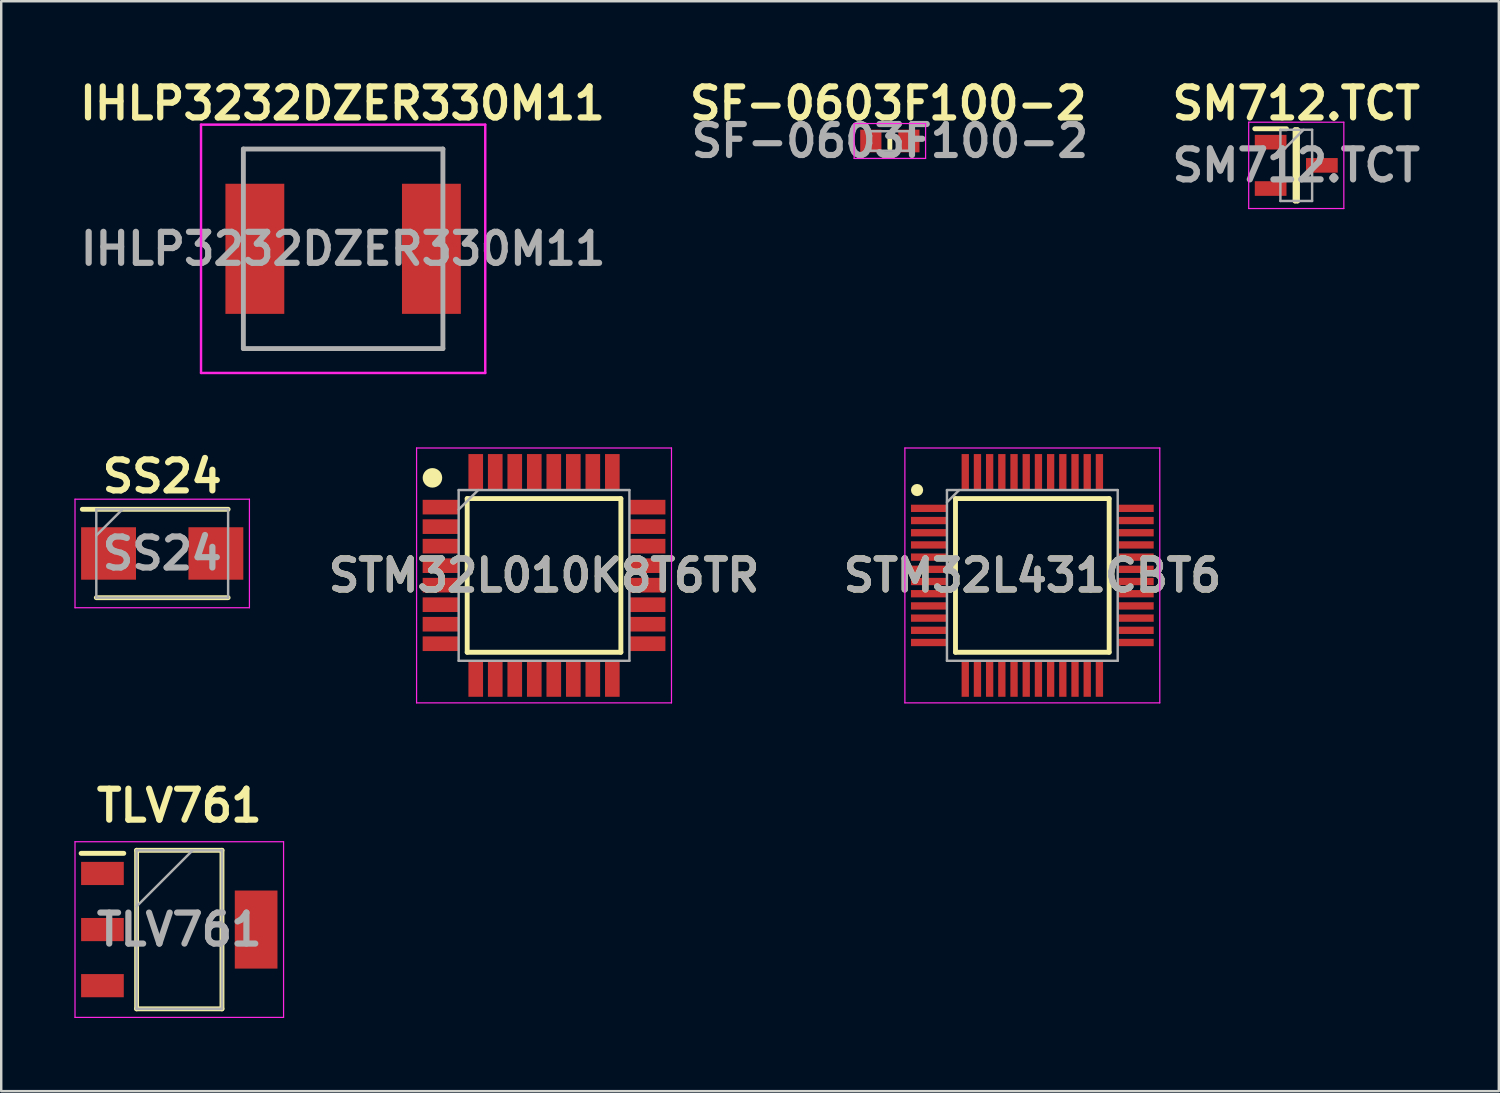
<source format=kicad_pcb>
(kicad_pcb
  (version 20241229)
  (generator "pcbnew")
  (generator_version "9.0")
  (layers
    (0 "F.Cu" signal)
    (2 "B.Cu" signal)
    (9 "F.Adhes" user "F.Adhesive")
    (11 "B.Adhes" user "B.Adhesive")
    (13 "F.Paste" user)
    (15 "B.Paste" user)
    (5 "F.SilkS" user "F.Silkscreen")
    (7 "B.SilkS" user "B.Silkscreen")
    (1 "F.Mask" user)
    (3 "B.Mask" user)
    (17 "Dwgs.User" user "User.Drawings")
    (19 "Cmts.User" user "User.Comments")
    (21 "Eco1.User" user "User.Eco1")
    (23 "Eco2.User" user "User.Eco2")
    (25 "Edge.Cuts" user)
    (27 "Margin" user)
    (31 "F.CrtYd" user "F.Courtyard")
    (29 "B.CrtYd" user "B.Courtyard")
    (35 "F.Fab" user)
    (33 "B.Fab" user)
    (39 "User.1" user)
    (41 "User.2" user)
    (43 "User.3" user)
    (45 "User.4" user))
  (footprint "STM32L431CBT6"
    (layer "F.Cu")
    (at 39.271 20.54)
    (property "Reference" "STM32L431CBT6" (at 0 0 0) (layer "F.SilkS") (effects (font (size 1.27 1.27) (thickness 0.254))))
    (attr smd)
    (fp_line (start -3.15 -3.15) (end 3.15 -3.15) (stroke (width 0.2) (type solid)) (layer "F.SilkS"))
    (fp_line (start -3.15 3.15) (end -3.15 -3.15) (stroke (width 0.2) (type solid)) (layer "F.SilkS"))
    (fp_line (start 3.15 -3.15) (end 3.15 3.15) (stroke (width 0.2) (type solid)) (layer "F.SilkS"))
    (fp_line (start 3.15 3.15) (end -3.15 3.15) (stroke (width 0.2) (type solid)) (layer "F.SilkS"))
    (fp_circle (center -4.725 -3.5) (end -4.725 -3.375) (stroke (width 0.25) (type solid)) (fill no) (layer "F.SilkS"))
    (fp_line (start -5.225 -5.225) (end 5.225 -5.225) (stroke (width 0.05) (type solid)) (layer "F.CrtYd"))
    (fp_line (start -5.225 5.225) (end -5.225 -5.225) (stroke (width 0.05) (type solid)) (layer "F.CrtYd"))
    (fp_line (start 5.225 -5.225) (end 5.225 5.225) (stroke (width 0.05) (type solid)) (layer "F.CrtYd"))
    (fp_line (start 5.225 5.225) (end -5.225 5.225) (stroke (width 0.05) (type solid)) (layer "F.CrtYd"))
    (fp_line (start -3.5 -3.5) (end 3.5 -3.5) (stroke (width 0.1) (type solid)) (layer "F.Fab"))
    (fp_line (start -3.5 -3) (end -3 -3.5) (stroke (width 0.1) (type solid)) (layer "F.Fab"))
    (fp_line (start -3.5 3.5) (end -3.5 -3.5) (stroke (width 0.1) (type solid)) (layer "F.Fab"))
    (fp_line (start 3.5 -3.5) (end 3.5 3.5) (stroke (width 0.1) (type solid)) (layer "F.Fab"))
    (fp_line (start 3.5 3.5) (end -3.5 3.5) (stroke (width 0.1) (type solid)) (layer "F.Fab"))
    (fp_text user "${REFERENCE}" (at 0 0 0) (layer "F.Fab") (effects (font (size 1.27 1.27) (thickness 0.254))))
    (pad "1" smd rect (at -4.238 -2.75 90) (size 0.3 1.475) (layers "F.Cu" "F.Mask" "F.Paste"))
    (pad "2" smd rect (at -4.238 -2.25 90) (size 0.3 1.475) (layers "F.Cu" "F.Mask" "F.Paste"))
    (pad "3" smd rect (at -4.238 -1.75 90) (size 0.3 1.475) (layers "F.Cu" "F.Mask" "F.Paste"))
    (pad "4" smd rect (at -4.238 -1.25 90) (size 0.3 1.475) (layers "F.Cu" "F.Mask" "F.Paste"))
    (pad "5" smd rect (at -4.238 -0.75 90) (size 0.3 1.475) (layers "F.Cu" "F.Mask" "F.Paste"))
    (pad "6" smd rect (at -4.238 -0.25 90) (size 0.3 1.475) (layers "F.Cu" "F.Mask" "F.Paste"))
    (pad "7" smd rect (at -4.238 0.25 90) (size 0.3 1.475) (layers "F.Cu" "F.Mask" "F.Paste"))
    (pad "8" smd rect (at -4.238 0.75 90) (size 0.3 1.475) (layers "F.Cu" "F.Mask" "F.Paste"))
    (pad "9" smd rect (at -4.238 1.25 90) (size 0.3 1.475) (layers "F.Cu" "F.Mask" "F.Paste"))
    (pad "10" smd rect (at -4.238 1.75 90) (size 0.3 1.475) (layers "F.Cu" "F.Mask" "F.Paste"))
    (pad "11" smd rect (at -4.238 2.25 90) (size 0.3 1.475) (layers "F.Cu" "F.Mask" "F.Paste"))
    (pad "12" smd rect (at -4.238 2.75 90) (size 0.3 1.475) (layers "F.Cu" "F.Mask" "F.Paste"))
    (pad "13" smd rect (at -2.75 4.238) (size 0.3 1.475) (layers "F.Cu" "F.Mask" "F.Paste"))
    (pad "14" smd rect (at -2.25 4.238) (size 0.3 1.475) (layers "F.Cu" "F.Mask" "F.Paste"))
    (pad "15" smd rect (at -1.75 4.238) (size 0.3 1.475) (layers "F.Cu" "F.Mask" "F.Paste"))
    (pad "16" smd rect (at -1.25 4.238) (size 0.3 1.475) (layers "F.Cu" "F.Mask" "F.Paste"))
    (pad "17" smd rect (at -0.75 4.238) (size 0.3 1.475) (layers "F.Cu" "F.Mask" "F.Paste"))
    (pad "18" smd rect (at -0.25 4.238) (size 0.3 1.475) (layers "F.Cu" "F.Mask" "F.Paste"))
    (pad "19" smd rect (at 0.25 4.238) (size 0.3 1.475) (layers "F.Cu" "F.Mask" "F.Paste"))
    (pad "20" smd rect (at 0.75 4.238) (size 0.3 1.475) (layers "F.Cu" "F.Mask" "F.Paste"))
    (pad "21" smd rect (at 1.25 4.238) (size 0.3 1.475) (layers "F.Cu" "F.Mask" "F.Paste"))
    (pad "22" smd rect (at 1.75 4.238) (size 0.3 1.475) (layers "F.Cu" "F.Mask" "F.Paste"))
    (pad "23" smd rect (at 2.25 4.238) (size 0.3 1.475) (layers "F.Cu" "F.Mask" "F.Paste"))
    (pad "24" smd rect (at 2.75 4.238) (size 0.3 1.475) (layers "F.Cu" "F.Mask" "F.Paste"))
    (pad "25" smd rect (at 4.238 2.75 90) (size 0.3 1.475) (layers "F.Cu" "F.Mask" "F.Paste"))
    (pad "26" smd rect (at 4.238 2.25 90) (size 0.3 1.475) (layers "F.Cu" "F.Mask" "F.Paste"))
    (pad "27" smd rect (at 4.238 1.75 90) (size 0.3 1.475) (layers "F.Cu" "F.Mask" "F.Paste"))
    (pad "28" smd rect (at 4.238 1.25 90) (size 0.3 1.475) (layers "F.Cu" "F.Mask" "F.Paste"))
    (pad "29" smd rect (at 4.238 0.75 90) (size 0.3 1.475) (layers "F.Cu" "F.Mask" "F.Paste"))
    (pad "30" smd rect (at 4.238 0.25 90) (size 0.3 1.475) (layers "F.Cu" "F.Mask" "F.Paste"))
    (pad "31" smd rect (at 4.238 -0.25 90) (size 0.3 1.475) (layers "F.Cu" "F.Mask" "F.Paste"))
    (pad "32" smd rect (at 4.238 -0.75 90) (size 0.3 1.475) (layers "F.Cu" "F.Mask" "F.Paste"))
    (pad "33" smd rect (at 4.238 -1.25 90) (size 0.3 1.475) (layers "F.Cu" "F.Mask" "F.Paste"))
    (pad "34" smd rect (at 4.238 -1.75 90) (size 0.3 1.475) (layers "F.Cu" "F.Mask" "F.Paste"))
    (pad "35" smd rect (at 4.238 -2.25 90) (size 0.3 1.475) (layers "F.Cu" "F.Mask" "F.Paste"))
    (pad "36" smd rect (at 4.238 -2.75 90) (size 0.3 1.475) (layers "F.Cu" "F.Mask" "F.Paste"))
    (pad "37" smd rect (at 2.75 -4.238) (size 0.3 1.475) (layers "F.Cu" "F.Mask" "F.Paste"))
    (pad "38" smd rect (at 2.25 -4.238) (size 0.3 1.475) (layers "F.Cu" "F.Mask" "F.Paste"))
    (pad "39" smd rect (at 1.75 -4.238) (size 0.3 1.475) (layers "F.Cu" "F.Mask" "F.Paste"))
    (pad "40" smd rect (at 1.25 -4.238) (size 0.3 1.475) (layers "F.Cu" "F.Mask" "F.Paste"))
    (pad "41" smd rect (at 0.75 -4.238) (size 0.3 1.475) (layers "F.Cu" "F.Mask" "F.Paste"))
    (pad "42" smd rect (at 0.25 -4.238) (size 0.3 1.475) (layers "F.Cu" "F.Mask" "F.Paste"))
    (pad "43" smd rect (at -0.25 -4.238) (size 0.3 1.475) (layers "F.Cu" "F.Mask" "F.Paste"))
    (pad "44" smd rect (at -0.75 -4.238) (size 0.3 1.475) (layers "F.Cu" "F.Mask" "F.Paste"))
    (pad "45" smd rect (at -1.25 -4.238) (size 0.3 1.475) (layers "F.Cu" "F.Mask" "F.Paste"))
    (pad "46" smd rect (at -1.75 -4.238) (size 0.3 1.475) (layers "F.Cu" "F.Mask" "F.Paste"))
    (pad "47" smd rect (at -2.25 -4.238) (size 0.3 1.475) (layers "F.Cu" "F.Mask" "F.Paste"))
    (pad "48" smd rect (at -2.75 -4.238) (size 0.3 1.475) (layers "F.Cu" "F.Mask" "F.Paste")))
  (footprint "TLV761"
    (layer "F.Cu")
    (at 4.3 35.058)
    (property "Reference" "TLV761" (at 0 -5.08 0) (layer "F.SilkS") (effects (font (size 1.27 1.27) (thickness 0.254))))
    (attr smd)
    (fp_line (start -4.025 -3.125) (end -2.275 -3.125) (stroke (width 0.2) (type solid)) (layer "F.SilkS"))
    (fp_line (start -1.75 -3.25) (end 1.75 -3.25) (stroke (width 0.2) (type solid)) (layer "F.SilkS"))
    (fp_line (start -1.75 3.25) (end -1.75 -3.25) (stroke (width 0.2) (type solid)) (layer "F.SilkS"))
    (fp_line (start 1.75 -3.25) (end 1.75 3.25) (stroke (width 0.2) (type solid)) (layer "F.SilkS"))
    (fp_line (start 1.75 3.25) (end -1.75 3.25) (stroke (width 0.2) (type solid)) (layer "F.SilkS"))
    (fp_line (start -4.275 -3.6) (end 4.275 -3.6) (stroke (width 0.05) (type solid)) (layer "F.CrtYd"))
    (fp_line (start -4.275 3.6) (end -4.275 -3.6) (stroke (width 0.05) (type solid)) (layer "F.CrtYd"))
    (fp_line (start 4.275 -3.6) (end 4.275 3.6) (stroke (width 0.05) (type solid)) (layer "F.CrtYd"))
    (fp_line (start 4.275 3.6) (end -4.275 3.6) (stroke (width 0.05) (type solid)) (layer "F.CrtYd"))
    (fp_line (start -1.75 -3.25) (end 1.75 -3.25) (stroke (width 0.1) (type solid)) (layer "F.Fab"))
    (fp_line (start -1.75 -0.95) (end 0.55 -3.25) (stroke (width 0.1) (type solid)) (layer "F.Fab"))
    (fp_line (start -1.75 3.25) (end -1.75 -3.25) (stroke (width 0.1) (type solid)) (layer "F.Fab"))
    (fp_line (start 1.75 -3.25) (end 1.75 3.25) (stroke (width 0.1) (type solid)) (layer "F.Fab"))
    (fp_line (start 1.75 3.25) (end -1.75 3.25) (stroke (width 0.1) (type solid)) (layer "F.Fab"))
    (fp_text user "${REFERENCE}" (at 0 0 0) (layer "F.Fab") (effects (font (size 1.27 1.27) (thickness 0.254))))
    (pad "1" smd rect (at -3.15 -2.3 90) (size 0.95 1.75) (layers "F.Cu" "F.Mask" "F.Paste"))
    (pad "2" smd rect (at -3.15 0 90) (size 0.95 1.75) (layers "F.Cu" "F.Mask" "F.Paste"))
    (pad "3" smd rect (at -3.15 2.3 90) (size 0.95 1.75) (layers "F.Cu" "F.Mask" "F.Paste"))
    (pad "4" smd rect (at 3.15 0) (size 1.75 3.2) (layers "F.Cu" "F.Mask" "F.Paste")))
  (footprint "SS24"
    (layer "F.Cu")
    (at 3.6 19.64)
    (property "Reference" "SS24" (at 0 -3.161 0) (layer "F.SilkS") (effects (font (size 1.27 1.27) (thickness 0.254))))
    (attr smd)
    (fp_line (start -2.702 1.812) (end 2.702 1.812) (stroke (width 0.2) (type solid)) (layer "F.SilkS"))
    (fp_line (start 2.702 -1.812) (end -3.275 -1.812) (stroke (width 0.2) (type solid)) (layer "F.SilkS"))
    (fp_line (start -3.575 -2.225) (end 3.575 -2.225) (stroke (width 0.05) (type solid)) (layer "F.CrtYd"))
    (fp_line (start -3.575 2.225) (end -3.575 -2.225) (stroke (width 0.05) (type solid)) (layer "F.CrtYd"))
    (fp_line (start 3.575 -2.225) (end 3.575 2.225) (stroke (width 0.05) (type solid)) (layer "F.CrtYd"))
    (fp_line (start 3.575 2.225) (end -3.575 2.225) (stroke (width 0.05) (type solid)) (layer "F.CrtYd"))
    (fp_line (start -2.702 -1.812) (end 2.702 -1.812) (stroke (width 0.1) (type solid)) (layer "F.Fab"))
    (fp_line (start -2.702 -0.738) (end -1.628 -1.812) (stroke (width 0.1) (type solid)) (layer "F.Fab"))
    (fp_line (start -2.702 1.812) (end -2.702 -1.812) (stroke (width 0.1) (type solid)) (layer "F.Fab"))
    (fp_line (start 2.702 -1.812) (end 2.702 1.812) (stroke (width 0.1) (type solid)) (layer "F.Fab"))
    (fp_line (start 2.702 1.812) (end -2.702 1.812) (stroke (width 0.1) (type solid)) (layer "F.Fab"))
    (fp_text user "${REFERENCE}" (at 0 0 0) (layer "F.Fab") (effects (font (size 1.27 1.27) (thickness 0.254))))
    (pad "1" smd rect (at -2.2 0 90) (size 2.15 2.25) (layers "F.Cu" "F.Mask" "F.Paste"))
    (pad "2" smd rect (at 2.2 0 90) (size 2.15 2.25) (layers "F.Cu" "F.Mask" "F.Paste")))
  (footprint "IHLP3232DZER330M11"
    (layer "F.Cu")
    (at 11.017 7.15)
    (property "Reference" "IHLP3232DZER330M11" (at -0.028 -5.961 0) (layer "F.SilkS") (effects (font (size 1.27 1.27) (thickness 0.254))))
    (attr smd)
    (fp_line (start -4.09 -4.09) (end 4.09 -4.09) (stroke (width 0.1) (type solid)) (layer "F.SilkS"))
    (fp_line (start -4.09 -3) (end -4.09 -4.09) (stroke (width 0.1) (type solid)) (layer "F.SilkS"))
    (fp_line (start -4.09 3) (end -4.09 4.09) (stroke (width 0.1) (type solid)) (layer "F.SilkS"))
    (fp_line (start -4.09 4.09) (end 4.09 4.09) (stroke (width 0.1) (type solid)) (layer "F.SilkS"))
    (fp_line (start 4.09 -4.09) (end 4.09 -3) (stroke (width 0.1) (type solid)) (layer "F.SilkS"))
    (fp_line (start 4.09 4.09) (end 4.09 3) (stroke (width 0.1) (type solid)) (layer "F.SilkS"))
    (fp_line (start -5.826 -5.09) (end 5.826 -5.09) (stroke (width 0.1) (type solid)) (layer "F.CrtYd"))
    (fp_line (start -5.826 5.09) (end -5.826 -5.09) (stroke (width 0.1) (type solid)) (layer "F.CrtYd"))
    (fp_line (start 5.826 -5.09) (end 5.826 5.09) (stroke (width 0.1) (type solid)) (layer "F.CrtYd"))
    (fp_line (start 5.826 5.09) (end -5.826 5.09) (stroke (width 0.1) (type solid)) (layer "F.CrtYd"))
    (fp_line (start -4.09 -4.09) (end 4.09 -4.09) (stroke (width 0.2) (type solid)) (layer "F.Fab"))
    (fp_line (start -4.09 4.09) (end -4.09 -4.09) (stroke (width 0.2) (type solid)) (layer "F.Fab"))
    (fp_line (start 4.09 -4.09) (end 4.09 4.09) (stroke (width 0.2) (type solid)) (layer "F.Fab"))
    (fp_line (start 4.09 4.09) (end -4.09 4.09) (stroke (width 0.2) (type solid)) (layer "F.Fab"))
    (fp_text user "${REFERENCE}" (at 0 0 0) (layer "F.Fab") (effects (font (size 1.27 1.27) (thickness 0.254))))
    (pad "1" smd rect (at -3.619 0) (size 2.413 5.334) (layers "F.Cu" "F.Mask" "F.Paste"))
    (pad "2" smd rect (at 3.619 0) (size 2.413 5.334) (layers "F.Cu" "F.Mask" "F.Paste")))
  (footprint "STM32L010K8T6TR"
    (layer "F.Cu")
    (at 19.253 20.54)
    (property "Reference" "STM32L010K8T6TR" (at 0 0 0) (layer "F.SilkS") (effects (font (size 1.27 1.27) (thickness 0.254))))
    (attr smd)
    (fp_line (start -3.15 -3.15) (end 3.15 -3.15) (stroke (width 0.2) (type solid)) (layer "F.SilkS"))
    (fp_line (start -3.15 3.15) (end -3.15 -3.15) (stroke (width 0.2) (type solid)) (layer "F.SilkS"))
    (fp_line (start 3.15 -3.15) (end 3.15 3.15) (stroke (width 0.2) (type solid)) (layer "F.SilkS"))
    (fp_line (start 3.15 3.15) (end -3.15 3.15) (stroke (width 0.2) (type solid)) (layer "F.SilkS"))
    (fp_circle (center -4.575 -4) (end -4.575 -3.8) (stroke (width 0.4) (type solid)) (fill no) (layer "F.SilkS"))
    (fp_line (start -5.225 -5.225) (end 5.225 -5.225) (stroke (width 0.05) (type solid)) (layer "F.CrtYd"))
    (fp_line (start -5.225 5.225) (end -5.225 -5.225) (stroke (width 0.05) (type solid)) (layer "F.CrtYd"))
    (fp_line (start 5.225 -5.225) (end 5.225 5.225) (stroke (width 0.05) (type solid)) (layer "F.CrtYd"))
    (fp_line (start 5.225 5.225) (end -5.225 5.225) (stroke (width 0.05) (type solid)) (layer "F.CrtYd"))
    (fp_line (start -3.5 -3.5) (end 3.5 -3.5) (stroke (width 0.1) (type solid)) (layer "F.Fab"))
    (fp_line (start -3.5 -2.7) (end -2.7 -3.5) (stroke (width 0.1) (type solid)) (layer "F.Fab"))
    (fp_line (start -3.5 3.5) (end -3.5 -3.5) (stroke (width 0.1) (type solid)) (layer "F.Fab"))
    (fp_line (start 3.5 -3.5) (end 3.5 3.5) (stroke (width 0.1) (type solid)) (layer "F.Fab"))
    (fp_line (start 3.5 3.5) (end -3.5 3.5) (stroke (width 0.1) (type solid)) (layer "F.Fab"))
    (fp_text user "${REFERENCE}" (at 0 0 0) (layer "F.Fab") (effects (font (size 1.27 1.27) (thickness 0.254))))
    (pad "1" smd rect (at -4.238 -2.8 90) (size 0.6 1.475) (layers "F.Cu" "F.Mask" "F.Paste"))
    (pad "2" smd rect (at -4.238 -2 90) (size 0.6 1.475) (layers "F.Cu" "F.Mask" "F.Paste"))
    (pad "3" smd rect (at -4.238 -1.2 90) (size 0.6 1.475) (layers "F.Cu" "F.Mask" "F.Paste"))
    (pad "4" smd rect (at -4.238 -0.4 90) (size 0.6 1.475) (layers "F.Cu" "F.Mask" "F.Paste"))
    (pad "5" smd rect (at -4.238 0.4 90) (size 0.6 1.475) (layers "F.Cu" "F.Mask" "F.Paste"))
    (pad "6" smd rect (at -4.238 1.2 90) (size 0.6 1.475) (layers "F.Cu" "F.Mask" "F.Paste"))
    (pad "7" smd rect (at -4.238 2 90) (size 0.6 1.475) (layers "F.Cu" "F.Mask" "F.Paste"))
    (pad "8" smd rect (at -4.238 2.8 90) (size 0.6 1.475) (layers "F.Cu" "F.Mask" "F.Paste"))
    (pad "9" smd rect (at -2.8 4.238) (size 0.6 1.475) (layers "F.Cu" "F.Mask" "F.Paste"))
    (pad "10" smd rect (at -2 4.238) (size 0.6 1.475) (layers "F.Cu" "F.Mask" "F.Paste"))
    (pad "11" smd rect (at -1.2 4.238) (size 0.6 1.475) (layers "F.Cu" "F.Mask" "F.Paste"))
    (pad "12" smd rect (at -0.4 4.238) (size 0.6 1.475) (layers "F.Cu" "F.Mask" "F.Paste"))
    (pad "13" smd rect (at 0.4 4.238) (size 0.6 1.475) (layers "F.Cu" "F.Mask" "F.Paste"))
    (pad "14" smd rect (at 1.2 4.238) (size 0.6 1.475) (layers "F.Cu" "F.Mask" "F.Paste"))
    (pad "15" smd rect (at 2 4.238) (size 0.6 1.475) (layers "F.Cu" "F.Mask" "F.Paste"))
    (pad "16" smd rect (at 2.8 4.238) (size 0.6 1.475) (layers "F.Cu" "F.Mask" "F.Paste"))
    (pad "17" smd rect (at 4.238 2.8 90) (size 0.6 1.475) (layers "F.Cu" "F.Mask" "F.Paste"))
    (pad "18" smd rect (at 4.238 2 90) (size 0.6 1.475) (layers "F.Cu" "F.Mask" "F.Paste"))
    (pad "19" smd rect (at 4.238 1.2 90) (size 0.6 1.475) (layers "F.Cu" "F.Mask" "F.Paste"))
    (pad "20" smd rect (at 4.238 0.4 90) (size 0.6 1.475) (layers "F.Cu" "F.Mask" "F.Paste"))
    (pad "21" smd rect (at 4.238 -0.4 90) (size 0.6 1.475) (layers "F.Cu" "F.Mask" "F.Paste"))
    (pad "22" smd rect (at 4.238 -1.2 90) (size 0.6 1.475) (layers "F.Cu" "F.Mask" "F.Paste"))
    (pad "23" smd rect (at 4.238 -2 90) (size 0.6 1.475) (layers "F.Cu" "F.Mask" "F.Paste"))
    (pad "24" smd rect (at 4.238 -2.8 90) (size 0.6 1.475) (layers "F.Cu" "F.Mask" "F.Paste"))
    (pad "25" smd rect (at 2.8 -4.238) (size 0.6 1.475) (layers "F.Cu" "F.Mask" "F.Paste"))
    (pad "26" smd rect (at 2 -4.238) (size 0.6 1.475) (layers "F.Cu" "F.Mask" "F.Paste"))
    (pad "27" smd rect (at 1.2 -4.238) (size 0.6 1.475) (layers "F.Cu" "F.Mask" "F.Paste"))
    (pad "28" smd rect (at 0.4 -4.238) (size 0.6 1.475) (layers "F.Cu" "F.Mask" "F.Paste"))
    (pad "29" smd rect (at -0.4 -4.238) (size 0.6 1.475) (layers "F.Cu" "F.Mask" "F.Paste"))
    (pad "30" smd rect (at -1.2 -4.238) (size 0.6 1.475) (layers "F.Cu" "F.Mask" "F.Paste"))
    (pad "31" smd rect (at -2 -4.238) (size 0.6 1.475) (layers "F.Cu" "F.Mask" "F.Paste"))
    (pad "32" smd rect (at -2.8 -4.238) (size 0.6 1.475) (layers "F.Cu" "F.Mask" "F.Paste")))
  (footprint "SF-0603F100-2"
    (layer "F.Cu")
    (at 33.43 2.73)
    (property "Reference" "SF-0603F100-2" (at -0.066 -1.541 0) (layer "F.SilkS") (effects (font (size 1.27 1.27) (thickness 0.254))))
    (attr smd)
    (fp_line (start 0 -0.3) (end 0 0.3) (stroke (width 0.2) (type solid)) (layer "F.SilkS"))
    (fp_line (start -1.465 -0.715) (end 1.465 -0.715) (stroke (width 0.05) (type solid)) (layer "F.CrtYd"))
    (fp_line (start -1.465 0.715) (end -1.465 -0.715) (stroke (width 0.05) (type solid)) (layer "F.CrtYd"))
    (fp_line (start 1.465 -0.715) (end 1.465 0.715) (stroke (width 0.05) (type solid)) (layer "F.CrtYd"))
    (fp_line (start 1.465 0.715) (end -1.465 0.715) (stroke (width 0.05) (type solid)) (layer "F.CrtYd"))
    (fp_line (start -0.8 -0.4) (end 0.8 -0.4) (stroke (width 0.1) (type solid)) (layer "F.Fab"))
    (fp_line (start -0.8 0.4) (end -0.8 -0.4) (stroke (width 0.1) (type solid)) (layer "F.Fab"))
    (fp_line (start 0.8 -0.4) (end 0.8 0.4) (stroke (width 0.1) (type solid)) (layer "F.Fab"))
    (fp_line (start 0.8 0.4) (end -0.8 0.4) (stroke (width 0.1) (type solid)) (layer "F.Fab"))
    (fp_text user "${REFERENCE}" (at 0 0 0) (layer "F.Fab") (effects (font (size 1.27 1.27) (thickness 0.254))))
    (pad "1" smd rect (at -0.78 0) (size 0.87 0.93) (layers "F.Cu" "F.Mask" "F.Paste"))
    (pad "2" smd rect (at 0.78 0) (size 0.87 0.93) (layers "F.Cu" "F.Mask" "F.Paste")))
  (footprint "SM712.TCT"
    (layer "F.Cu")
    (at 50.091 3.729)
    (property "Reference" "SM712.TCT" (at 0 -2.54 0) (layer "F.SilkS") (effects (font (size 1.27 1.27) (thickness 0.254))))
    (attr smd)
    (fp_line (start -1.7 -1.5) (end -0.4 -1.5) (stroke (width 0.2) (type solid)) (layer "F.SilkS"))
    (fp_line (start -0.05 -1.46) (end 0.05 -1.46) (stroke (width 0.2) (type solid)) (layer "F.SilkS"))
    (fp_line (start -0.05 1.46) (end -0.05 -1.46) (stroke (width 0.2) (type solid)) (layer "F.SilkS"))
    (fp_line (start 0.05 -1.46) (end 0.05 1.46) (stroke (width 0.2) (type solid)) (layer "F.SilkS"))
    (fp_line (start 0.05 1.46) (end -0.05 1.46) (stroke (width 0.2) (type solid)) (layer "F.SilkS"))
    (fp_line (start -1.95 -1.77) (end 1.95 -1.77) (stroke (width 0.05) (type solid)) (layer "F.CrtYd"))
    (fp_line (start -1.95 1.77) (end -1.95 -1.77) (stroke (width 0.05) (type solid)) (layer "F.CrtYd"))
    (fp_line (start 1.95 -1.77) (end 1.95 1.77) (stroke (width 0.05) (type solid)) (layer "F.CrtYd"))
    (fp_line (start 1.95 1.77) (end -1.95 1.77) (stroke (width 0.05) (type solid)) (layer "F.CrtYd"))
    (fp_line (start -0.65 -1.46) (end 0.65 -1.46) (stroke (width 0.1) (type solid)) (layer "F.Fab"))
    (fp_line (start -0.65 -0.51) (end 0.3 -1.46) (stroke (width 0.1) (type solid)) (layer "F.Fab"))
    (fp_line (start -0.65 1.46) (end -0.65 -1.46) (stroke (width 0.1) (type solid)) (layer "F.Fab"))
    (fp_line (start 0.65 -1.46) (end 0.65 1.46) (stroke (width 0.1) (type solid)) (layer "F.Fab"))
    (fp_line (start 0.65 1.46) (end -0.65 1.46) (stroke (width 0.1) (type solid)) (layer "F.Fab"))
    (fp_text user "${REFERENCE}" (at 0 0 0) (layer "F.Fab") (effects (font (size 1.27 1.27) (thickness 0.254))))
    (pad "1" smd rect (at -1.05 -0.95 90) (size 0.6 1.3) (layers "F.Cu" "F.Mask" "F.Paste"))
    (pad "2" smd rect (at -1.05 0.95 90) (size 0.6 1.3) (layers "F.Cu" "F.Mask" "F.Paste"))
    (pad "3" smd rect (at 1.05 0 90) (size 0.6 1.3) (layers "F.Cu" "F.Mask" "F.Paste")))
  (gr_rect
    (start -3 -3)
    (end 58.395 41.683)
    (stroke (width 0.1) (type default))
    (fill no)
    (layer "Edge.Cuts")))
</source>
